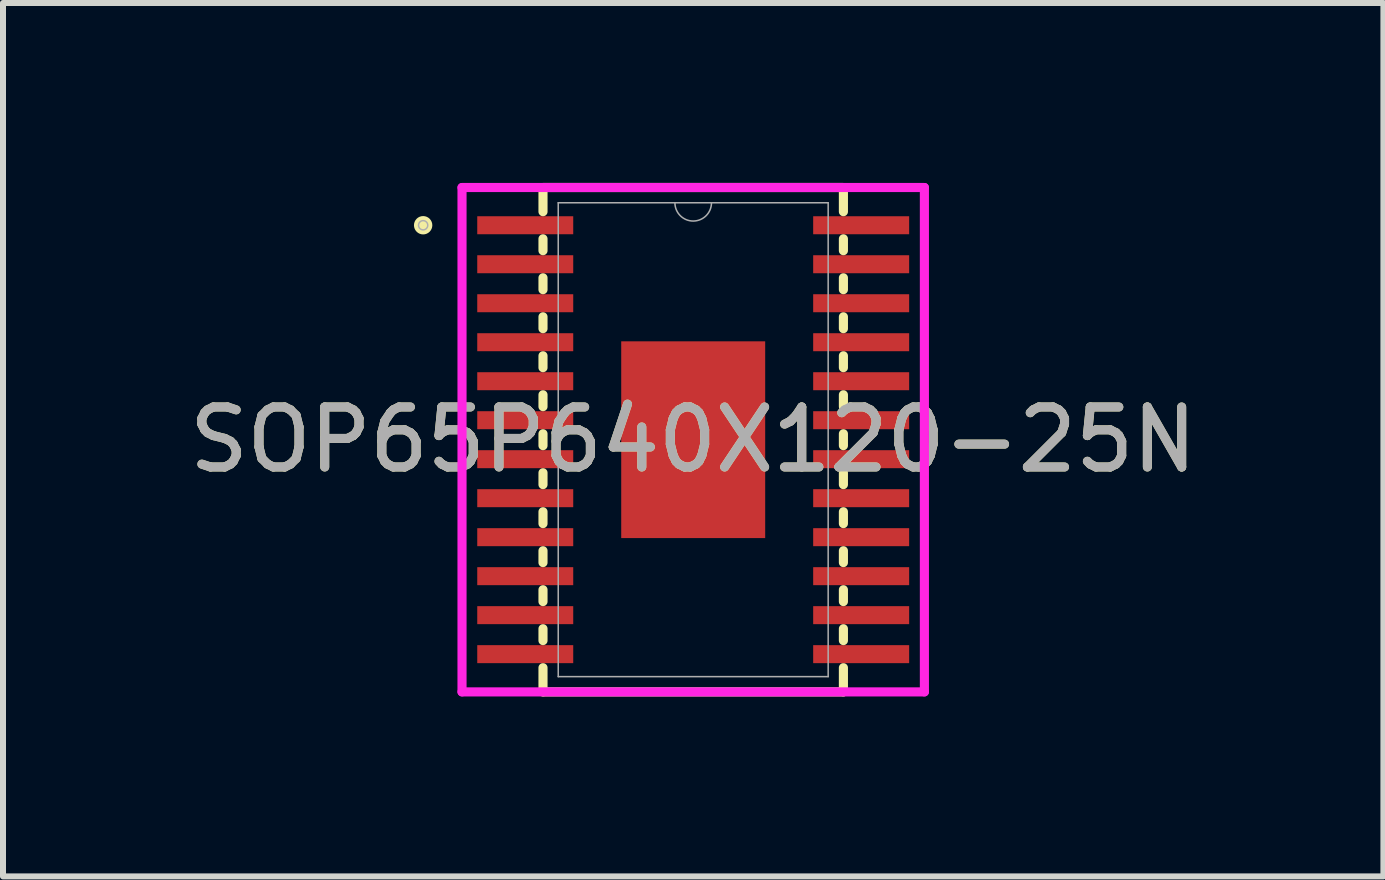
<source format=kicad_pcb>
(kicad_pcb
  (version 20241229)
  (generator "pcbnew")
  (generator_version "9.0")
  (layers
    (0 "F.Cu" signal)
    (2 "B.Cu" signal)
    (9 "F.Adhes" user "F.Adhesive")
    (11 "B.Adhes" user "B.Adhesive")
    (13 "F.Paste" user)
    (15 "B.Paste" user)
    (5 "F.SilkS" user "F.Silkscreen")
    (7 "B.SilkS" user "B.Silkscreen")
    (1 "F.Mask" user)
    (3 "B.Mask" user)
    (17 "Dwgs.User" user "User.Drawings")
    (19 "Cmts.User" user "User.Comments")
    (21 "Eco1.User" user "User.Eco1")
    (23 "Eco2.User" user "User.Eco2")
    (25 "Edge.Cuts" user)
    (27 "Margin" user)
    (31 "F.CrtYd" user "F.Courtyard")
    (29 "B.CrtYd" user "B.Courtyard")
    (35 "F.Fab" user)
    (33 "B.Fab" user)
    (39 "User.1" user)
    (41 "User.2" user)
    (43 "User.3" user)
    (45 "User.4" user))
  (footprint "SOP65P640X120-25N"
    (layer "F.Cu")
    (at 8.506 4.28)
    (property "Reference" "SOP65P640X120-25N" (at 0 0 0) (unlocked yes) (layer "F.SilkS") (effects (font (size 1 1) (thickness 0.15))))
    (attr smd)
    (fp_poly (pts (xy -3.6 -3.725) (xy -3.6 -3.425) (xy -2 -3.425) (xy -2 -3.725)) (stroke (width 0) (type solid)) (fill yes) (layer "F.Mask"))
    (fp_poly (pts (xy -3.6 -3.075) (xy -3.6 -2.775) (xy -2 -2.775) (xy -2 -3.075)) (stroke (width 0) (type solid)) (fill yes) (layer "F.Mask"))
    (fp_poly (pts (xy -3.6 -2.425) (xy -3.6 -2.125) (xy -2 -2.125) (xy -2 -2.425)) (stroke (width 0) (type solid)) (fill yes) (layer "F.Mask"))
    (fp_poly (pts (xy -3.6 -1.775) (xy -3.6 -1.475) (xy -2 -1.475) (xy -2 -1.775)) (stroke (width 0) (type solid)) (fill yes) (layer "F.Mask"))
    (fp_poly (pts (xy -3.6 -1.125) (xy -3.6 -0.825) (xy -2 -0.825) (xy -2 -1.125)) (stroke (width 0) (type solid)) (fill yes) (layer "F.Mask"))
    (fp_poly (pts (xy -3.6 -0.475) (xy -3.6 -0.175) (xy -2 -0.175) (xy -2 -0.475)) (stroke (width 0) (type solid)) (fill yes) (layer "F.Mask"))
    (fp_poly (pts (xy -3.6 0.175) (xy -3.6 0.475) (xy -2 0.475) (xy -2 0.175)) (stroke (width 0) (type solid)) (fill yes) (layer "F.Mask"))
    (fp_poly (pts (xy -3.6 0.825) (xy -3.6 1.125) (xy -2 1.125) (xy -2 0.825)) (stroke (width 0) (type solid)) (fill yes) (layer "F.Mask"))
    (fp_poly (pts (xy -3.6 1.475) (xy -3.6 1.775) (xy -2 1.775) (xy -2 1.475)) (stroke (width 0) (type solid)) (fill yes) (layer "F.Mask"))
    (fp_poly (pts (xy -3.6 2.125) (xy -3.6 2.425) (xy -2 2.425) (xy -2 2.125)) (stroke (width 0) (type solid)) (fill yes) (layer "F.Mask"))
    (fp_poly (pts (xy -3.6 2.775) (xy -3.6 3.075) (xy -2 3.075) (xy -2 2.775)) (stroke (width 0) (type solid)) (fill yes) (layer "F.Mask"))
    (fp_poly (pts (xy -3.6 3.425) (xy -3.6 3.725) (xy -2 3.725) (xy -2 3.425)) (stroke (width 0) (type solid)) (fill yes) (layer "F.Mask"))
    (fp_poly (pts (xy 2 -3.725) (xy 2 -3.425) (xy 3.6 -3.425) (xy 3.6 -3.725)) (stroke (width 0) (type solid)) (fill yes) (layer "F.Mask"))
    (fp_poly (pts (xy 2 -3.075) (xy 2 -2.775) (xy 3.6 -2.775) (xy 3.6 -3.075)) (stroke (width 0) (type solid)) (fill yes) (layer "F.Mask"))
    (fp_poly (pts (xy 2 -2.425) (xy 2 -2.125) (xy 3.6 -2.125) (xy 3.6 -2.425)) (stroke (width 0) (type solid)) (fill yes) (layer "F.Mask"))
    (fp_poly (pts (xy 2 -1.775) (xy 2 -1.475) (xy 3.6 -1.475) (xy 3.6 -1.775)) (stroke (width 0) (type solid)) (fill yes) (layer "F.Mask"))
    (fp_poly (pts (xy 2 -1.125) (xy 2 -0.825) (xy 3.6 -0.825) (xy 3.6 -1.125)) (stroke (width 0) (type solid)) (fill yes) (layer "F.Mask"))
    (fp_poly (pts (xy 2 -0.475) (xy 2 -0.175) (xy 3.6 -0.175) (xy 3.6 -0.475)) (stroke (width 0) (type solid)) (fill yes) (layer "F.Mask"))
    (fp_poly (pts (xy 2 0.175) (xy 2 0.475) (xy 3.6 0.475) (xy 3.6 0.175)) (stroke (width 0) (type solid)) (fill yes) (layer "F.Mask"))
    (fp_poly (pts (xy 2 0.825) (xy 2 1.125) (xy 3.6 1.125) (xy 3.6 0.825)) (stroke (width 0) (type solid)) (fill yes) (layer "F.Mask"))
    (fp_poly (pts (xy 2 1.475) (xy 2 1.775) (xy 3.6 1.775) (xy 3.6 1.475)) (stroke (width 0) (type solid)) (fill yes) (layer "F.Mask"))
    (fp_poly (pts (xy 2 2.125) (xy 2 2.425) (xy 3.6 2.425) (xy 3.6 2.125)) (stroke (width 0) (type solid)) (fill yes) (layer "F.Mask"))
    (fp_poly (pts (xy 2 2.775) (xy 2 3.075) (xy 3.6 3.075) (xy 3.6 2.775)) (stroke (width 0) (type solid)) (fill yes) (layer "F.Mask"))
    (fp_poly (pts (xy 2 3.425) (xy 2 3.725) (xy 3.6 3.725) (xy 3.6 3.425)) (stroke (width 0) (type solid)) (fill yes) (layer "F.Mask"))
    (fp_line (start -2.504 -4.204) (end -2.504 -3.801) (stroke (width 0.152) (type solid)) (layer "F.SilkS"))
    (fp_line (start -2.504 -3.349) (end -2.504 -3.151) (stroke (width 0.152) (type solid)) (layer "F.SilkS"))
    (fp_line (start -2.504 -2.699) (end -2.504 -2.501) (stroke (width 0.152) (type solid)) (layer "F.SilkS"))
    (fp_line (start -2.504 -2.049) (end -2.504 -1.851) (stroke (width 0.152) (type solid)) (layer "F.SilkS"))
    (fp_line (start -2.504 -1.399) (end -2.504 -1.201) (stroke (width 0.152) (type solid)) (layer "F.SilkS"))
    (fp_line (start -2.504 -0.749) (end -2.504 -0.551) (stroke (width 0.152) (type solid)) (layer "F.SilkS"))
    (fp_line (start -2.504 -0.099) (end -2.504 0.099) (stroke (width 0.152) (type solid)) (layer "F.SilkS"))
    (fp_line (start -2.504 0.551) (end -2.504 0.749) (stroke (width 0.152) (type solid)) (layer "F.SilkS"))
    (fp_line (start -2.504 1.201) (end -2.504 1.399) (stroke (width 0.152) (type solid)) (layer "F.SilkS"))
    (fp_line (start -2.504 1.851) (end -2.504 2.049) (stroke (width 0.152) (type solid)) (layer "F.SilkS"))
    (fp_line (start -2.504 2.501) (end -2.504 2.699) (stroke (width 0.152) (type solid)) (layer "F.SilkS"))
    (fp_line (start -2.504 3.151) (end -2.504 3.349) (stroke (width 0.152) (type solid)) (layer "F.SilkS"))
    (fp_line (start -2.504 3.801) (end -2.504 4.204) (stroke (width 0.152) (type solid)) (layer "F.SilkS"))
    (fp_line (start -2.504 4.204) (end 2.504 4.204) (stroke (width 0.152) (type solid)) (layer "F.SilkS"))
    (fp_line (start 2.504 -4.204) (end -2.504 -4.204) (stroke (width 0.152) (type solid)) (layer "F.SilkS"))
    (fp_line (start 2.504 -3.801) (end 2.504 -4.204) (stroke (width 0.152) (type solid)) (layer "F.SilkS"))
    (fp_line (start 2.504 -3.151) (end 2.504 -3.349) (stroke (width 0.152) (type solid)) (layer "F.SilkS"))
    (fp_line (start 2.504 -2.501) (end 2.504 -2.699) (stroke (width 0.152) (type solid)) (layer "F.SilkS"))
    (fp_line (start 2.504 -1.851) (end 2.504 -2.049) (stroke (width 0.152) (type solid)) (layer "F.SilkS"))
    (fp_line (start 2.504 -1.201) (end 2.504 -1.399) (stroke (width 0.152) (type solid)) (layer "F.SilkS"))
    (fp_line (start 2.504 -0.551) (end 2.504 -0.749) (stroke (width 0.152) (type solid)) (layer "F.SilkS"))
    (fp_line (start 2.504 0.099) (end 2.504 -0.099) (stroke (width 0.152) (type solid)) (layer "F.SilkS"))
    (fp_line (start 2.504 0.749) (end 2.504 0.551) (stroke (width 0.152) (type solid)) (layer "F.SilkS"))
    (fp_line (start 2.504 1.399) (end 2.504 1.201) (stroke (width 0.152) (type solid)) (layer "F.SilkS"))
    (fp_line (start 2.504 2.049) (end 2.504 1.851) (stroke (width 0.152) (type solid)) (layer "F.SilkS"))
    (fp_line (start 2.504 2.699) (end 2.504 2.501) (stroke (width 0.152) (type solid)) (layer "F.SilkS"))
    (fp_line (start 2.504 3.349) (end 2.504 3.151) (stroke (width 0.152) (type solid)) (layer "F.SilkS"))
    (fp_line (start 2.504 4.204) (end 2.504 3.801) (stroke (width 0.152) (type solid)) (layer "F.SilkS"))
    (fp_circle (center -4.502 -3.575) (end -4.425 -3.575) (stroke (width 0.152) (type solid)) (fill no) (layer "F.SilkS"))
    (fp_poly (pts (xy -3.6 -3.725) (xy -3.6 -3.425) (xy -2 -3.425) (xy -2 -3.725)) (stroke (width 0) (type solid)) (fill yes) (layer "F.Paste"))
    (fp_poly (pts (xy -3.6 -3.075) (xy -3.6 -2.775) (xy -2 -2.775) (xy -2 -3.075)) (stroke (width 0) (type solid)) (fill yes) (layer "F.Paste"))
    (fp_poly (pts (xy -3.6 -2.425) (xy -3.6 -2.125) (xy -2 -2.125) (xy -2 -2.425)) (stroke (width 0) (type solid)) (fill yes) (layer "F.Paste"))
    (fp_poly (pts (xy -3.6 -1.775) (xy -3.6 -1.475) (xy -2 -1.475) (xy -2 -1.775)) (stroke (width 0) (type solid)) (fill yes) (layer "F.Paste"))
    (fp_poly (pts (xy -3.6 -1.125) (xy -3.6 -0.825) (xy -2 -0.825) (xy -2 -1.125)) (stroke (width 0) (type solid)) (fill yes) (layer "F.Paste"))
    (fp_poly (pts (xy -3.6 -0.475) (xy -3.6 -0.175) (xy -2 -0.175) (xy -2 -0.475)) (stroke (width 0) (type solid)) (fill yes) (layer "F.Paste"))
    (fp_poly (pts (xy -3.6 0.175) (xy -3.6 0.475) (xy -2 0.475) (xy -2 0.175)) (stroke (width 0) (type solid)) (fill yes) (layer "F.Paste"))
    (fp_poly (pts (xy -3.6 0.825) (xy -3.6 1.125) (xy -2 1.125) (xy -2 0.825)) (stroke (width 0) (type solid)) (fill yes) (layer "F.Paste"))
    (fp_poly (pts (xy -3.6 1.475) (xy -3.6 1.775) (xy -2 1.775) (xy -2 1.475)) (stroke (width 0) (type solid)) (fill yes) (layer "F.Paste"))
    (fp_poly (pts (xy -3.6 2.125) (xy -3.6 2.425) (xy -2 2.425) (xy -2 2.125)) (stroke (width 0) (type solid)) (fill yes) (layer "F.Paste"))
    (fp_poly (pts (xy -3.6 2.775) (xy -3.6 3.075) (xy -2 3.075) (xy -2 2.775)) (stroke (width 0) (type solid)) (fill yes) (layer "F.Paste"))
    (fp_poly (pts (xy -3.6 3.425) (xy -3.6 3.725) (xy -2 3.725) (xy -2 3.425)) (stroke (width 0) (type solid)) (fill yes) (layer "F.Paste"))
    (fp_poly (pts (xy -1.1 -1.54) (xy -1.1 -0.1) (xy 1.1 -0.1) (xy 1.1 -1.54)) (stroke (width 0) (type solid)) (fill yes) (layer "F.Paste"))
    (fp_poly (pts (xy -1.1 0.1) (xy -1.1 1.54) (xy 1.1 1.54) (xy 1.1 0.1)) (stroke (width 0) (type solid)) (fill yes) (layer "F.Paste"))
    (fp_poly (pts (xy 2 -3.725) (xy 2 -3.425) (xy 3.6 -3.425) (xy 3.6 -3.725)) (stroke (width 0) (type solid)) (fill yes) (layer "F.Paste"))
    (fp_poly (pts (xy 2 -3.075) (xy 2 -2.775) (xy 3.6 -2.775) (xy 3.6 -3.075)) (stroke (width 0) (type solid)) (fill yes) (layer "F.Paste"))
    (fp_poly (pts (xy 2 -2.425) (xy 2 -2.125) (xy 3.6 -2.125) (xy 3.6 -2.425)) (stroke (width 0) (type solid)) (fill yes) (layer "F.Paste"))
    (fp_poly (pts (xy 2 -1.775) (xy 2 -1.475) (xy 3.6 -1.475) (xy 3.6 -1.775)) (stroke (width 0) (type solid)) (fill yes) (layer "F.Paste"))
    (fp_poly (pts (xy 2 -1.125) (xy 2 -0.825) (xy 3.6 -0.825) (xy 3.6 -1.125)) (stroke (width 0) (type solid)) (fill yes) (layer "F.Paste"))
    (fp_poly (pts (xy 2 -0.475) (xy 2 -0.175) (xy 3.6 -0.175) (xy 3.6 -0.475)) (stroke (width 0) (type solid)) (fill yes) (layer "F.Paste"))
    (fp_poly (pts (xy 2 0.175) (xy 2 0.475) (xy 3.6 0.475) (xy 3.6 0.175)) (stroke (width 0) (type solid)) (fill yes) (layer "F.Paste"))
    (fp_poly (pts (xy 2 0.825) (xy 2 1.125) (xy 3.6 1.125) (xy 3.6 0.825)) (stroke (width 0) (type solid)) (fill yes) (layer "F.Paste"))
    (fp_poly (pts (xy 2 1.475) (xy 2 1.775) (xy 3.6 1.775) (xy 3.6 1.475)) (stroke (width 0) (type solid)) (fill yes) (layer "F.Paste"))
    (fp_poly (pts (xy 2 2.125) (xy 2 2.425) (xy 3.6 2.425) (xy 3.6 2.125)) (stroke (width 0) (type solid)) (fill yes) (layer "F.Paste"))
    (fp_poly (pts (xy 2 2.775) (xy 2 3.075) (xy 3.6 3.075) (xy 3.6 2.775)) (stroke (width 0) (type solid)) (fill yes) (layer "F.Paste"))
    (fp_poly (pts (xy 2 3.425) (xy 2 3.725) (xy 3.6 3.725) (xy 3.6 3.425)) (stroke (width 0) (type solid)) (fill yes) (layer "F.Paste"))
    (fp_line (start -3.854 -4.204) (end 3.854 -4.204) (stroke (width 0.152) (type solid)) (layer "F.CrtYd"))
    (fp_line (start -3.854 4.204) (end -3.854 -4.204) (stroke (width 0.152) (type solid)) (layer "F.CrtYd"))
    (fp_line (start 3.854 -4.204) (end 3.854 4.204) (stroke (width 0.152) (type solid)) (layer "F.CrtYd"))
    (fp_line (start 3.854 4.204) (end -3.854 4.204) (stroke (width 0.152) (type solid)) (layer "F.CrtYd"))
    (fp_line (start -2.25 -3.95) (end -2.25 3.95) (stroke (width 0.025) (type solid)) (layer "F.Fab"))
    (fp_line (start -2.25 3.95) (end 2.25 3.95) (stroke (width 0.025) (type solid)) (layer "F.Fab"))
    (fp_line (start 2.25 -3.95) (end -2.25 -3.95) (stroke (width 0.025) (type solid)) (layer "F.Fab"))
    (fp_line (start 2.25 3.95) (end 2.25 -3.95) (stroke (width 0.025) (type solid)) (layer "F.Fab"))
    (fp_arc (start 0.3048 -3.95) (mid 0 -3.6452) (end -0.3048 -3.95) (stroke (width 0.0254) (type solid)) (layer "F.Fab"))
    (fp_circle (center -4.502 -3.575) (end -4.425 -3.575) (stroke (width 0.025) (type solid)) (fill no) (layer "F.Fab"))
    (fp_text user "${REFERENCE}" (at 0 0 0) (unlocked yes) (layer "F.Fab") (effects (font (size 1 1) (thickness 0.15))))
    (pad "1" smd rect (at -2.8 -3.575) (size 1.6 0.3) (layers "F.Cu" "F.Mask"))
    (pad "2" smd rect (at -2.8 -2.925) (size 1.6 0.3) (layers "F.Cu" "F.Mask"))
    (pad "3" smd rect (at -2.8 -2.275) (size 1.6 0.3) (layers "F.Cu" "F.Mask"))
    (pad "4" smd rect (at -2.8 -1.625) (size 1.6 0.3) (layers "F.Cu" "F.Mask"))
    (pad "5" smd rect (at -2.8 -0.975) (size 1.6 0.3) (layers "F.Cu" "F.Mask"))
    (pad "6" smd rect (at -2.8 -0.325) (size 1.6 0.3) (layers "F.Cu" "F.Mask"))
    (pad "7" smd rect (at -2.8 0.325) (size 1.6 0.3) (layers "F.Cu" "F.Mask"))
    (pad "8" smd rect (at -2.8 0.975) (size 1.6 0.3) (layers "F.Cu" "F.Mask"))
    (pad "9" smd rect (at -2.8 1.625) (size 1.6 0.3) (layers "F.Cu" "F.Mask"))
    (pad "10" smd rect (at -2.8 2.275) (size 1.6 0.3) (layers "F.Cu" "F.Mask"))
    (pad "11" smd rect (at -2.8 2.925) (size 1.6 0.3) (layers "F.Cu" "F.Mask"))
    (pad "12" smd rect (at -2.8 3.575) (size 1.6 0.3) (layers "F.Cu" "F.Mask"))
    (pad "13" smd rect (at 2.8 3.575) (size 1.6 0.3) (layers "F.Cu" "F.Mask"))
    (pad "14" smd rect (at 2.8 2.925) (size 1.6 0.3) (layers "F.Cu" "F.Mask"))
    (pad "15" smd rect (at 2.8 2.275) (size 1.6 0.3) (layers "F.Cu" "F.Mask"))
    (pad "16" smd rect (at 2.8 1.625) (size 1.6 0.3) (layers "F.Cu" "F.Mask"))
    (pad "17" smd rect (at 2.8 0.975) (size 1.6 0.3) (layers "F.Cu" "F.Mask"))
    (pad "18" smd rect (at 2.8 0.325) (size 1.6 0.3) (layers "F.Cu" "F.Mask"))
    (pad "19" smd rect (at 2.8 -0.325) (size 1.6 0.3) (layers "F.Cu" "F.Mask"))
    (pad "20" smd rect (at 2.8 -0.975) (size 1.6 0.3) (layers "F.Cu" "F.Mask"))
    (pad "21" smd rect (at 2.8 -1.625) (size 1.6 0.3) (layers "F.Cu" "F.Mask"))
    (pad "22" smd rect (at 2.8 -2.275) (size 1.6 0.3) (layers "F.Cu" "F.Mask"))
    (pad "23" smd rect (at 2.8 -2.925) (size 1.6 0.3) (layers "F.Cu" "F.Mask"))
    (pad "24" smd rect (at 2.8 -3.575) (size 1.6 0.3) (layers "F.Cu" "F.Mask"))
    (pad "25" smd rect (at 0 0) (size 2.4 3.28) (layers "F.Cu" "F.Mask")))
  (gr_rect
    (start -3 -3)
    (end 20.012 11.56)
    (stroke (width 0.1) (type default))
    (fill no)
    (layer "Edge.Cuts")))
</source>
